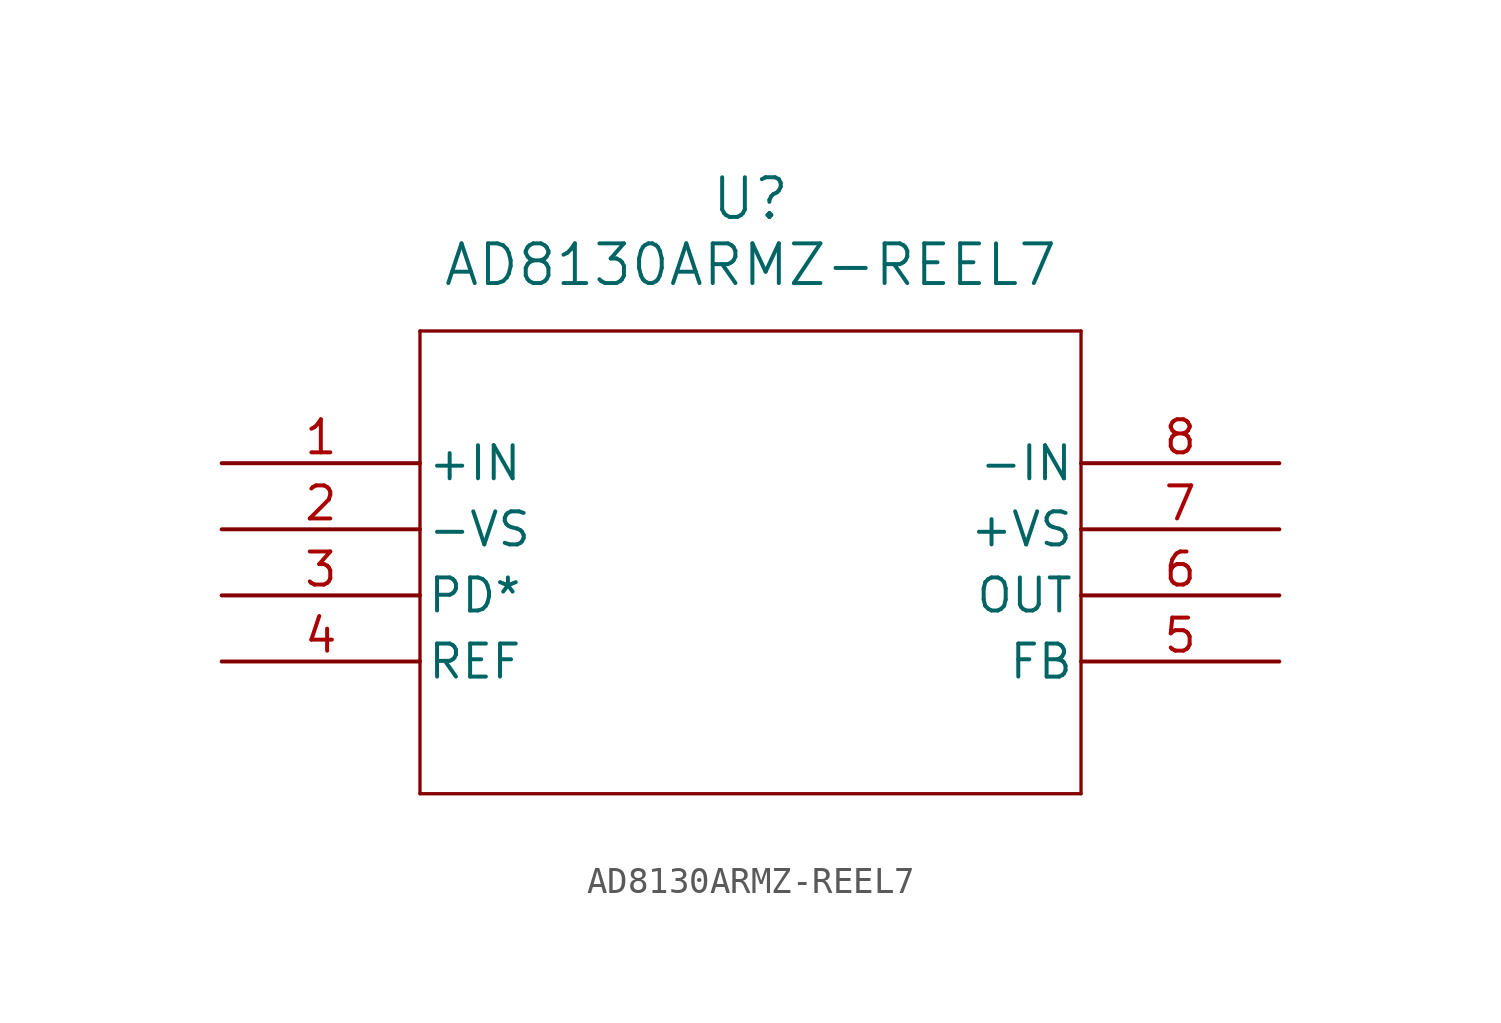
<source format=kicad_sym>
(kicad_symbol_lib
  (version 20211014)
  (generator kicad_symbol_editor)
  (symbol "AD8130ARMZ-REEL7"
    (pin_names
      (offset 0.254))
    (property "Reference" "U"
      (at 20.32 10.16 0)
      (effects (font (size 1.524 1.524))))
    (property "Value" "AD8130ARMZ-REEL7"
      (at 20.32 7.62 0)
      (effects (font (size 1.524 1.524))))
    (symbol "AD8130ARMZ-REEL7_0_1"
      (polyline (pts (xy 7.62 5.08) (xy 7.62 -12.7)) (stroke (width 0.127) (type default) (color 0 0 0 0)) (fill (type none)))
      (polyline (pts (xy 7.62 -12.7) (xy 33.02 -12.7)) (stroke (width 0.127) (type default) (color 0 0 0 0)) (fill (type none)))
      (polyline (pts (xy 33.02 -12.7) (xy 33.02 5.08)) (stroke (width 0.127) (type default) (color 0 0 0 0)) (fill (type none)))
      (polyline (pts (xy 33.02 5.08) (xy 7.62 5.08)) (stroke (width 0.127) (type default) (color 0 0 0 0)) (fill (type none)))
      (pin unspecified line (at 0 0 0) (length 7.62) (name "+IN" (effects (font (size 1.27 1.27)))) (number "1" (effects (font (size 1.27 1.27)))))
      (pin power_in line (at 0 -2.54 0) (length 7.62) (name "-VS" (effects (font (size 1.27 1.27)))) (number "2" (effects (font (size 1.27 1.27)))))
      (pin unspecified line (at 0 -5.08 0) (length 7.62) (name "PD*" (effects (font (size 1.27 1.27)))) (number "3" (effects (font (size 1.27 1.27)))))
      (pin unspecified line (at 0 -7.62 0) (length 7.62) (name "REF" (effects (font (size 1.27 1.27)))) (number "4" (effects (font (size 1.27 1.27)))))
      (pin unspecified line (at 40.64 -7.62 180) (length 7.62) (name "FB" (effects (font (size 1.27 1.27)))) (number "5" (effects (font (size 1.27 1.27)))))
      (pin unspecified line (at 40.64 -5.08 180) (length 7.62) (name "OUT" (effects (font (size 1.27 1.27)))) (number "6" (effects (font (size 1.27 1.27)))))
      (pin power_in line (at 40.64 -2.54 180) (length 7.62) (name "+VS" (effects (font (size 1.27 1.27)))) (number "7" (effects (font (size 1.27 1.27)))))
      (pin unspecified line (at 40.64 0 180) (length 7.62) (name "-IN" (effects (font (size 1.27 1.27)))) (number "8" (effects (font (size 1.27 1.27))))))))
</source>
